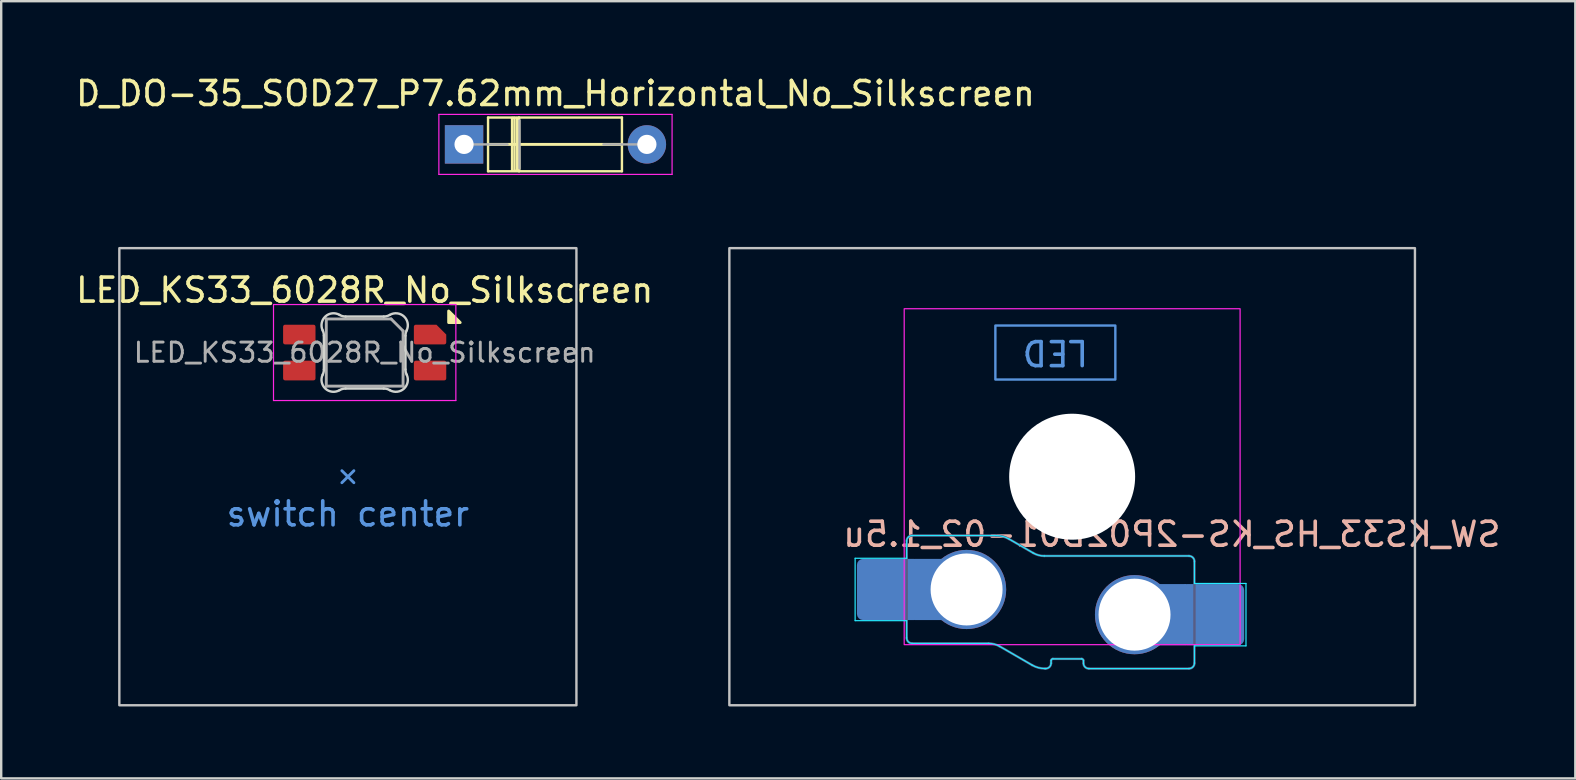
<source format=kicad_pcb>
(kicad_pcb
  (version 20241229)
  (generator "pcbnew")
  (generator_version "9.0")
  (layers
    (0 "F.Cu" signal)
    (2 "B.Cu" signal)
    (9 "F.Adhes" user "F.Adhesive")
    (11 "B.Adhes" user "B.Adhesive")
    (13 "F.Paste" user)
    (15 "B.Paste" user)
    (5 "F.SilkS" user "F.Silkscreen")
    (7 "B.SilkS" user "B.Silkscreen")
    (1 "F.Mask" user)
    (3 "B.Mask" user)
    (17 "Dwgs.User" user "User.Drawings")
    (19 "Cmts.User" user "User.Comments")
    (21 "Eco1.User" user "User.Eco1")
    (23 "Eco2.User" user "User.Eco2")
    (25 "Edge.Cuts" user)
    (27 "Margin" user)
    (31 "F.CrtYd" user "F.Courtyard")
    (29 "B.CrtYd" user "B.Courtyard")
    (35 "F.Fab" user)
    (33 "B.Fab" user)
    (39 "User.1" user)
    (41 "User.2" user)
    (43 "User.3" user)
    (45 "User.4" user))
  (footprint "SW_KS33_HS_KS-2P02B01-02_1.5u"
    (layer "F.Cu")
    (at 41.635 16.818)
    (property "Reference" "SW_KS33_HS_KS-2P02B01-02_1.5u" (at 4.155 2.4 180) (layer "B.SilkS") (effects (font (size 1 1) (thickness 0.15)) (justify mirror)))
    (attr smd)
    (fp_rect (start -14.287 -9.525) (end 14.287 9.525) (stroke (width 0.1) (type default)) (fill no) (layer "Dwgs.User"))
    (fp_rect (start -3.2 -4.05) (end 1.8 -6.3) (stroke (width 0.1) (type default)) (fill no) (layer "Cmts.User"))
    (fp_line (start -7 -6.5) (end -7 6.5) (stroke (width 0.1) (type default)) (layer "Eco2.User"))
    (fp_line (start -6.5 7) (end 6.5 7) (stroke (width 0.1) (type default)) (layer "Eco2.User"))
    (fp_line (start 6.5 -7) (end -6.5 -7) (stroke (width 0.1) (type default)) (layer "Eco2.User"))
    (fp_line (start 7 6.5) (end 7 -6.5) (stroke (width 0.1) (type default)) (layer "Eco2.User"))
    (fp_arc (start -7 -6.5) (mid -6.853553 -6.853553) (end -6.5 -7) (stroke (width 0.1) (type default)) (layer "Eco2.User"))
    (fp_arc (start -6.5 7) (mid -6.853553 6.853553) (end -7 6.5) (stroke (width 0.1) (type default)) (layer "Eco2.User"))
    (fp_arc (start 6.5 -7) (mid 6.853553 -6.853553) (end 7 -6.5) (stroke (width 0.1) (type default)) (layer "Eco2.User"))
    (fp_arc (start 7 6.5) (mid 6.853553 6.853553) (end 6.5 7) (stroke (width 0.1) (type default)) (layer "Eco2.User"))
    (fp_line (start -9.045 3.4) (end -9.045 6) (stroke (width 0.05) (type solid)) (layer "B.CrtYd"))
    (fp_line (start -9.045 6) (end -6.897 6) (stroke (width 0.05) (type solid)) (layer "B.CrtYd"))
    (fp_line (start -6.897 2.678) (end -6.897 3.4) (stroke (width 0.05) (type default)) (layer "B.CrtYd"))
    (fp_line (start -6.897 3.4) (end -9.045 3.4) (stroke (width 0.05) (type solid)) (layer "B.CrtYd"))
    (fp_line (start -6.897 6.722) (end -6.897 6) (stroke (width 0.05) (type default)) (layer "B.CrtYd"))
    (fp_line (start -6.672 6.947) (end -3.486 6.947) (stroke (width 0.05) (type solid)) (layer "B.CrtYd"))
    (fp_line (start -3.169 2.453) (end -6.672 2.453) (stroke (width 0.05) (type solid)) (layer "B.CrtYd"))
    (fp_line (start -3.023 7.07) (end -1.669 7.853) (stroke (width 0.05) (type solid)) (layer "B.CrtYd"))
    (fp_line (start -1.623 3.18) (end -2.631 2.597) (stroke (width 0.05) (type solid)) (layer "B.CrtYd"))
    (fp_line (start -1.131 7.997) (end -1.103 7.997) (stroke (width 0.05) (type solid)) (layer "B.CrtYd"))
    (fp_line (start -0.878 7.772) (end -0.878 7.666) (stroke (width 0.05) (type solid)) (layer "B.CrtYd"))
    (fp_line (start -0.803 7.591) (end 0.397 7.591) (stroke (width 0.05) (type solid)) (layer "B.CrtYd"))
    (fp_line (start 0.472 7.666) (end 0.472 7.772) (stroke (width 0.05) (type solid)) (layer "B.CrtYd"))
    (fp_line (start 0.697 7.997) (end 4.872 7.997) (stroke (width 0.05) (type solid)) (layer "B.CrtYd"))
    (fp_line (start 4.872 3.303) (end -1.161 3.303) (stroke (width 0.05) (type solid)) (layer "B.CrtYd"))
    (fp_line (start 5.097 4.45) (end 5.097 3.528) (stroke (width 0.05) (type default)) (layer "B.CrtYd"))
    (fp_line (start 5.097 7.05) (end 7.245 7.05) (stroke (width 0.05) (type solid)) (layer "B.CrtYd"))
    (fp_line (start 5.097 7.772) (end 5.097 7.05) (stroke (width 0.05) (type solid)) (layer "B.CrtYd"))
    (fp_line (start 7.245 4.45) (end 5.097 4.45) (stroke (width 0.05) (type solid)) (layer "B.CrtYd"))
    (fp_line (start 7.245 7.05) (end 7.245 4.45) (stroke (width 0.05) (type solid)) (layer "B.CrtYd"))
    (fp_arc (start -6.896509 2.678462) (mid -6.830601 2.51939) (end -6.671525 2.453491) (stroke (width 0.05) (type solid)) (layer "B.CrtYd"))
    (fp_arc (start -6.671538 6.946509) (mid -6.830605 6.880605) (end -6.896509 6.721538) (stroke (width 0.05) (type solid)) (layer "B.CrtYd"))
    (fp_arc (start -3.485647 6.946509) (mid -3.246259 6.978024) (end -3.023183 7.070426) (stroke (width 0.05) (type solid)) (layer "B.CrtYd"))
    (fp_arc (start -3.168841 2.453491) (mid -2.890655 2.490133) (end -2.63142 2.597493) (stroke (width 0.05) (type solid)) (layer "B.CrtYd"))
    (fp_arc (start -1.160763 3.303491) (mid -1.400151 3.271972) (end -1.623227 3.179574) (stroke (width 0.05) (type solid)) (layer "B.CrtYd"))
    (fp_arc (start -1.131159 7.996509) (mid -1.409348 7.959882) (end -1.66858 7.852507) (stroke (width 0.05) (type solid)) (layer "B.CrtYd"))
    (fp_arc (start -0.878483 7.666366) (mid -0.856509 7.613326) (end -0.803483 7.591366) (stroke (width 0.05) (type solid)) (layer "B.CrtYd"))
    (fp_arc (start -0.878483 7.771509) (mid -0.944384 7.930608) (end -1.103483 7.996509) (stroke (width 0.05) (type solid)) (layer "B.CrtYd"))
    (fp_arc (start 0.396517 7.591366) (mid 0.44955 7.613333) (end 0.471517 7.666366) (stroke (width 0.05) (type solid)) (layer "B.CrtYd"))
    (fp_arc (start 0.696525 7.997359) (mid 0.537421 7.931461) (end 0.471517 7.772359) (stroke (width 0.05) (type solid)) (layer "B.CrtYd"))
    (fp_arc (start 4.871538 3.303491) (mid 5.030608 3.369392) (end 5.096509 3.528462) (stroke (width 0.05) (type solid)) (layer "B.CrtYd"))
    (fp_arc (start 5.096509 7.771538) (mid 5.030611 7.930605) (end 4.871547 7.996509) (stroke (width 0.05) (type solid)) (layer "B.CrtYd"))
    (fp_rect (start -7 7) (end 7 -7) (stroke (width 0.05) (type default)) (fill no) (layer "F.CrtYd"))
    (fp_line (start -6.897 2.678) (end -6.897 6.722) (stroke (width 0.1) (type solid)) (layer "B.Fab"))
    (fp_line (start -6.672 6.947) (end -3.486 6.947) (stroke (width 0.1) (type solid)) (layer "B.Fab"))
    (fp_line (start -3.169 2.453) (end -6.672 2.453) (stroke (width 0.1) (type solid)) (layer "B.Fab"))
    (fp_line (start -3.023 7.07) (end -1.669 7.853) (stroke (width 0.1) (type solid)) (layer "B.Fab"))
    (fp_line (start -1.623 3.18) (end -2.631 2.597) (stroke (width 0.1) (type solid)) (layer "B.Fab"))
    (fp_line (start -1.131 7.997) (end -1.103 7.997) (stroke (width 0.1) (type solid)) (layer "B.Fab"))
    (fp_line (start -0.878 7.772) (end -0.878 7.666) (stroke (width 0.1) (type solid)) (layer "B.Fab"))
    (fp_line (start -0.803 7.591) (end 0.397 7.591) (stroke (width 0.1) (type solid)) (layer "B.Fab"))
    (fp_line (start 0.472 7.666) (end 0.472 7.772) (stroke (width 0.1) (type solid)) (layer "B.Fab"))
    (fp_line (start 0.697 7.997) (end 4.872 7.997) (stroke (width 0.1) (type solid)) (layer "B.Fab"))
    (fp_line (start 4.872 3.303) (end -1.161 3.303) (stroke (width 0.1) (type solid)) (layer "B.Fab"))
    (fp_line (start 5.097 7.772) (end 5.097 3.528) (stroke (width 0.1) (type solid)) (layer "B.Fab"))
    (fp_arc (start -6.896509 2.678462) (mid -6.830601 2.51939) (end -6.671525 2.453491) (stroke (width 0.1) (type solid)) (layer "B.Fab"))
    (fp_arc (start -6.671538 6.946509) (mid -6.830605 6.880605) (end -6.896509 6.721538) (stroke (width 0.1) (type solid)) (layer "B.Fab"))
    (fp_arc (start -3.485647 6.946509) (mid -3.246259 6.978024) (end -3.023183 7.070426) (stroke (width 0.1) (type solid)) (layer "B.Fab"))
    (fp_arc (start -3.168841 2.453491) (mid -2.890655 2.490133) (end -2.63142 2.597493) (stroke (width 0.1) (type solid)) (layer "B.Fab"))
    (fp_arc (start -1.160763 3.303491) (mid -1.400151 3.271972) (end -1.623227 3.179574) (stroke (width 0.1) (type solid)) (layer "B.Fab"))
    (fp_arc (start -1.131159 7.996509) (mid -1.409348 7.959882) (end -1.66858 7.852507) (stroke (width 0.1) (type solid)) (layer "B.Fab"))
    (fp_arc (start -0.878483 7.666366) (mid -0.856509 7.613326) (end -0.803483 7.591366) (stroke (width 0.1) (type solid)) (layer "B.Fab"))
    (fp_arc (start -0.878483 7.771509) (mid -0.944384 7.930608) (end -1.103483 7.996509) (stroke (width 0.1) (type solid)) (layer "B.Fab"))
    (fp_arc (start 0.396517 7.591366) (mid 0.44955 7.613333) (end 0.471517 7.666366) (stroke (width 0.1) (type solid)) (layer "B.Fab"))
    (fp_arc (start 0.696525 7.997359) (mid 0.537421 7.931461) (end 0.471517 7.772359) (stroke (width 0.1) (type solid)) (layer "B.Fab"))
    (fp_arc (start 4.871538 3.303491) (mid 5.030608 3.369392) (end 5.096509 3.528462) (stroke (width 0.1) (type solid)) (layer "B.Fab"))
    (fp_arc (start 5.096509 7.771538) (mid 5.030611 7.930605) (end 4.871547 7.996509) (stroke (width 0.1) (type solid)) (layer "B.Fab"))
    (fp_text user "LED" (at -0.7 -5.175 180) (unlocked yes) (layer "Cmts.User") (effects (font (size 1 1) (thickness 0.15))))
    (pad "" np_thru_hole circle (at 0 0 180) (size 5.25 5.25) (drill 5.25) (layers "*.Cu" "*.Mask"))
    (pad "1" smd roundrect (at -7.645 4.7) (size 2.65 2.55) (layers "B.Cu" "B.Mask" "B.Paste") (roundrect_rratio 0.1))
    (pad "1" smd rect (at -5.95 4.7) (size 1.2 2.55) (layers "B.Cu"))
    (pad "1" thru_hole circle (at -4.4 4.7) (size 3.3 3.3) (drill 3) (layers "*.Cu" "B.Mask"))
    (pad "2" thru_hole circle (at 2.6 5.75) (size 3.3 3.3) (drill 3) (layers "*.Cu" "B.Mask"))
    (pad "2" smd rect (at 4.15 5.75 180) (size 1.2 2.55) (layers "B.Cu"))
    (pad "2" smd roundrect (at 5.845 5.75) (size 2.65 2.55) (layers "B.Cu" "B.Mask" "B.Paste") (roundrect_rratio 0.1)))
  (footprint "D_DO-35_SOD27_P7.62mm_Horizontal_No_Silkscreen"
    (layer "F.Cu")
    (at 16.291 2.968)
    (property "Reference" "D_DO-35_SOD27_P7.62mm_Horizontal_No_Silkscreen" (at 3.81 -2.12 180) (layer "F.SilkS") (effects (font (size 1 1) (thickness 0.15))))
    (attr through_hole)
    (fp_line (start 1 -1.12) (end 1 1.12) (stroke (width 0.1) (type default)) (layer "F.SilkS"))
    (fp_line (start 1.04 0) (end 2.29 0) (stroke (width 0.12) (type solid)) (layer "F.SilkS"))
    (fp_line (start 2 -1.1) (end 2 1.1) (stroke (width 0.1) (type default)) (layer "F.SilkS"))
    (fp_line (start 2.1 -1.1) (end 2 -1.1) (stroke (width 0.1) (type default)) (layer "F.SilkS"))
    (fp_line (start 2.1 1.1) (end 2.1 -1.1) (stroke (width 0.1) (type default)) (layer "F.SilkS"))
    (fp_line (start 2.2 -1.1) (end 2.2 1.1) (stroke (width 0.1) (type default)) (layer "F.SilkS"))
    (fp_line (start 2.2 1.1) (end 2.1 1.1) (stroke (width 0.1) (type default)) (layer "F.SilkS"))
    (fp_line (start 2.285 -1.1) (end 2.295 1.1) (stroke (width 0.12) (type solid)) (layer "F.SilkS"))
    (fp_line (start 2.29 -1.12) (end 1 -1.12) (stroke (width 0.1) (type default)) (layer "F.SilkS"))
    (fp_line (start 2.29 1.12) (end 1 1.12) (stroke (width 0.1) (type default)) (layer "F.SilkS"))
    (fp_line (start 2.29 1.12) (end 6.58 1.12) (stroke (width 0.1) (type default)) (layer "F.SilkS"))
    (fp_line (start 6.58 -1.12) (end 2.29 -1.12) (stroke (width 0.1) (type default)) (layer "F.SilkS"))
    (fp_line (start 6.58 0) (end 2.29 0) (stroke (width 0.12) (type solid)) (layer "F.SilkS"))
    (fp_line (start 6.58 1.12) (end 6.58 -1.12) (stroke (width 0.1) (type default)) (layer "F.SilkS"))
    (fp_line (start -1.05 -1.25) (end -1.05 1.25) (stroke (width 0.05) (type solid)) (layer "F.CrtYd"))
    (fp_line (start -1.05 1.25) (end 8.67 1.25) (stroke (width 0.05) (type solid)) (layer "F.CrtYd"))
    (fp_line (start 8.67 -1.25) (end -1.05 -1.25) (stroke (width 0.05) (type solid)) (layer "F.CrtYd"))
    (fp_line (start 8.67 1.25) (end 8.67 -1.25) (stroke (width 0.05) (type solid)) (layer "F.CrtYd"))
    (fp_line (start 0 0) (end 1.81 0) (stroke (width 0.1) (type solid)) (layer "F.Fab"))
    (fp_line (start 2.31 -1) (end 2.31 1) (stroke (width 0.1) (type solid)) (layer "F.Fab"))
    (fp_line (start 7.62 0) (end 5.81 0) (stroke (width 0.1) (type solid)) (layer "F.Fab"))
    (pad "1" thru_hole rect (at 0 0) (size 1.6 1.6) (drill 0.8) (layers "*.Cu" "*.Mask"))
    (pad "2" thru_hole oval (at 7.62 0) (size 1.6 1.6) (drill 0.8) (layers "*.Cu" "*.Mask")))
  (footprint "LED_KS33_6028R_No_Silkscreen"
    (layer "F.Cu")
    (at 12.149 11.643)
    (property "Reference" "LED_KS33_6028R_No_Silkscreen" (at 0 -2.6 0) (layer "F.SilkS") (effects (font (size 1 1) (thickness 0.15))))
    (attr smd)
    (fp_poly (pts (xy 3.5 -1.25) (xy 3.5 -1.73) (xy 3.98 -1.25) (xy 3.5 -1.25)) (stroke (width 0.12) (type solid)) (fill yes) (layer "F.SilkS"))
    (fp_rect (start -10.225 -4.35) (end 8.825 14.7) (stroke (width 0.1) (type default)) (fill no) (layer "Dwgs.User"))
    (fp_line (start -0.95 4.925) (end -0.7 5.175) (stroke (width 0.12) (type solid)) (layer "Cmts.User"))
    (fp_line (start -0.7 5.175) (end -0.95 5.425) (stroke (width 0.12) (type solid)) (layer "Cmts.User"))
    (fp_line (start -0.7 5.175) (end -0.45 5.425) (stroke (width 0.12) (type solid)) (layer "Cmts.User"))
    (fp_line (start -0.45 4.925) (end -0.7 5.175) (stroke (width 0.12) (type solid)) (layer "Cmts.User"))
    (fp_line (start -1.7 -0.703) (end -1.7 0.703) (stroke (width 0.1) (type solid)) (layer "Edge.Cuts"))
    (fp_line (start -0.794 1.5) (end 0.794 1.5) (stroke (width 0.1) (type solid)) (layer "Edge.Cuts"))
    (fp_line (start 0.794 -1.5) (end -0.794 -1.5) (stroke (width 0.1) (type solid)) (layer "Edge.Cuts"))
    (fp_line (start 1.7 0.703) (end 1.7 -0.703) (stroke (width 0.1) (type solid)) (layer "Edge.Cuts"))
    (fp_arc (start -1.749484 -0.919719) (mid -1.712527 -0.814067) (end -1.699999 -0.702842) (stroke (width 0.1) (type solid)) (layer "Edge.Cuts"))
    (fp_arc (start -1.749484 -0.919719) (mid -1.63807 -1.504033) (end -1.046711 -1.568296) (stroke (width 0.1) (type solid)) (layer "Edge.Cuts"))
    (fp_arc (start -1.699999 0.702843) (mid -1.712527 0.814069) (end -1.749484 0.919721) (stroke (width 0.1) (type solid)) (layer "Edge.Cuts"))
    (fp_arc (start -1.046711 1.5683) (mid -1.638071 1.504036) (end -1.749484 0.919721) (stroke (width 0.1) (type solid)) (layer "Edge.Cuts"))
    (fp_arc (start -1.046711 1.5683) (mid -0.925123 1.517378) (end -0.794453 1.500001) (stroke (width 0.1) (type solid)) (layer "Edge.Cuts"))
    (fp_arc (start -0.794452 -1.499999) (mid -0.925122 -1.517376) (end -1.04671 -1.568298) (stroke (width 0.1) (type solid)) (layer "Edge.Cuts"))
    (fp_arc (start 0.794453 1.5) (mid 0.925123 1.517377) (end 1.046711 1.568299) (stroke (width 0.1) (type solid)) (layer "Edge.Cuts"))
    (fp_arc (start 1.046711 -1.568298) (mid 0.925123 -1.517376) (end 0.794452 -1.499999) (stroke (width 0.1) (type solid)) (layer "Edge.Cuts"))
    (fp_arc (start 1.046711 -1.568298) (mid 1.638071 -1.504035) (end 1.749484 -0.919718) (stroke (width 0.1) (type solid)) (layer "Edge.Cuts"))
    (fp_arc (start 1.699999 -0.702841) (mid 1.712515 -0.814071) (end 1.749484 -0.919719) (stroke (width 0.1) (type solid)) (layer "Edge.Cuts"))
    (fp_arc (start 1.749484 0.919721) (mid 1.638071 1.504036) (end 1.046711 1.568299) (stroke (width 0.1) (type solid)) (layer "Edge.Cuts"))
    (fp_arc (start 1.749484 0.919721) (mid 1.712536 0.814067) (end 1.699999 0.702844) (stroke (width 0.1) (type solid)) (layer "Edge.Cuts"))
    (fp_line (start -3.8 -2) (end 3.8 -2) (stroke (width 0.05) (type solid)) (layer "F.CrtYd"))
    (fp_line (start -3.8 2) (end -3.8 -2) (stroke (width 0.05) (type solid)) (layer "F.CrtYd"))
    (fp_line (start 3.8 -2) (end 3.8 2) (stroke (width 0.05) (type solid)) (layer "F.CrtYd"))
    (fp_line (start 3.8 2) (end -3.8 2) (stroke (width 0.05) (type solid)) (layer "F.CrtYd"))
    (fp_line (start -1.6 -1.4) (end 1.1 -1.4) (stroke (width 0.12) (type solid)) (layer "F.Fab"))
    (fp_line (start -1.6 1.4) (end -1.6 -1.4) (stroke (width 0.12) (type solid)) (layer "F.Fab"))
    (fp_line (start 1.6 -0.9) (end 1.1 -1.4) (stroke (width 0.12) (type solid)) (layer "F.Fab"))
    (fp_line (start 1.6 -0.9) (end 1.6 1.4) (stroke (width 0.12) (type solid)) (layer "F.Fab"))
    (fp_line (start 1.6 1.4) (end -1.6 1.4) (stroke (width 0.12) (type solid)) (layer "F.Fab"))
    (fp_text user "switch center" (at -0.7 6.725 0) (layer "Cmts.User") (effects (font (size 1 1) (thickness 0.15))))
    (fp_text user "${REFERENCE}" (at 0 0 0) (layer "F.Fab") (effects (font (size 0.8 0.8) (thickness 0.12))))
    (pad "1" smd roundrect (at -2.725 0.75 270) (size 0.82 1.35) (layers "F.Cu" "F.Mask" "F.Paste") (roundrect_rratio 0.1))
    (pad "2" smd roundrect (at -2.725 -0.75 270) (size 0.82 1.35) (layers "F.Cu" "F.Mask" "F.Paste") (roundrect_rratio 0.1))
    (pad "3" smd roundrect (at 2.725 0.75 270) (size 0.82 1.35) (layers "F.Cu" "F.Mask" "F.Paste") (roundrect_rratio 0.1))
    (pad "4" smd roundrect (at 2.725 -0.75 270) (size 0.82 1.35) (layers "F.Cu" "F.Mask" "F.Paste") (roundrect_rratio 0.1) (chamfer_ratio 0.5) (chamfer top_left)))
  (gr_rect
    (start -3 -3)
    (end 62.606 29.393)
    (stroke (width 0.1) (type default))
    (fill no)
    (layer "Edge.Cuts")))
</source>
